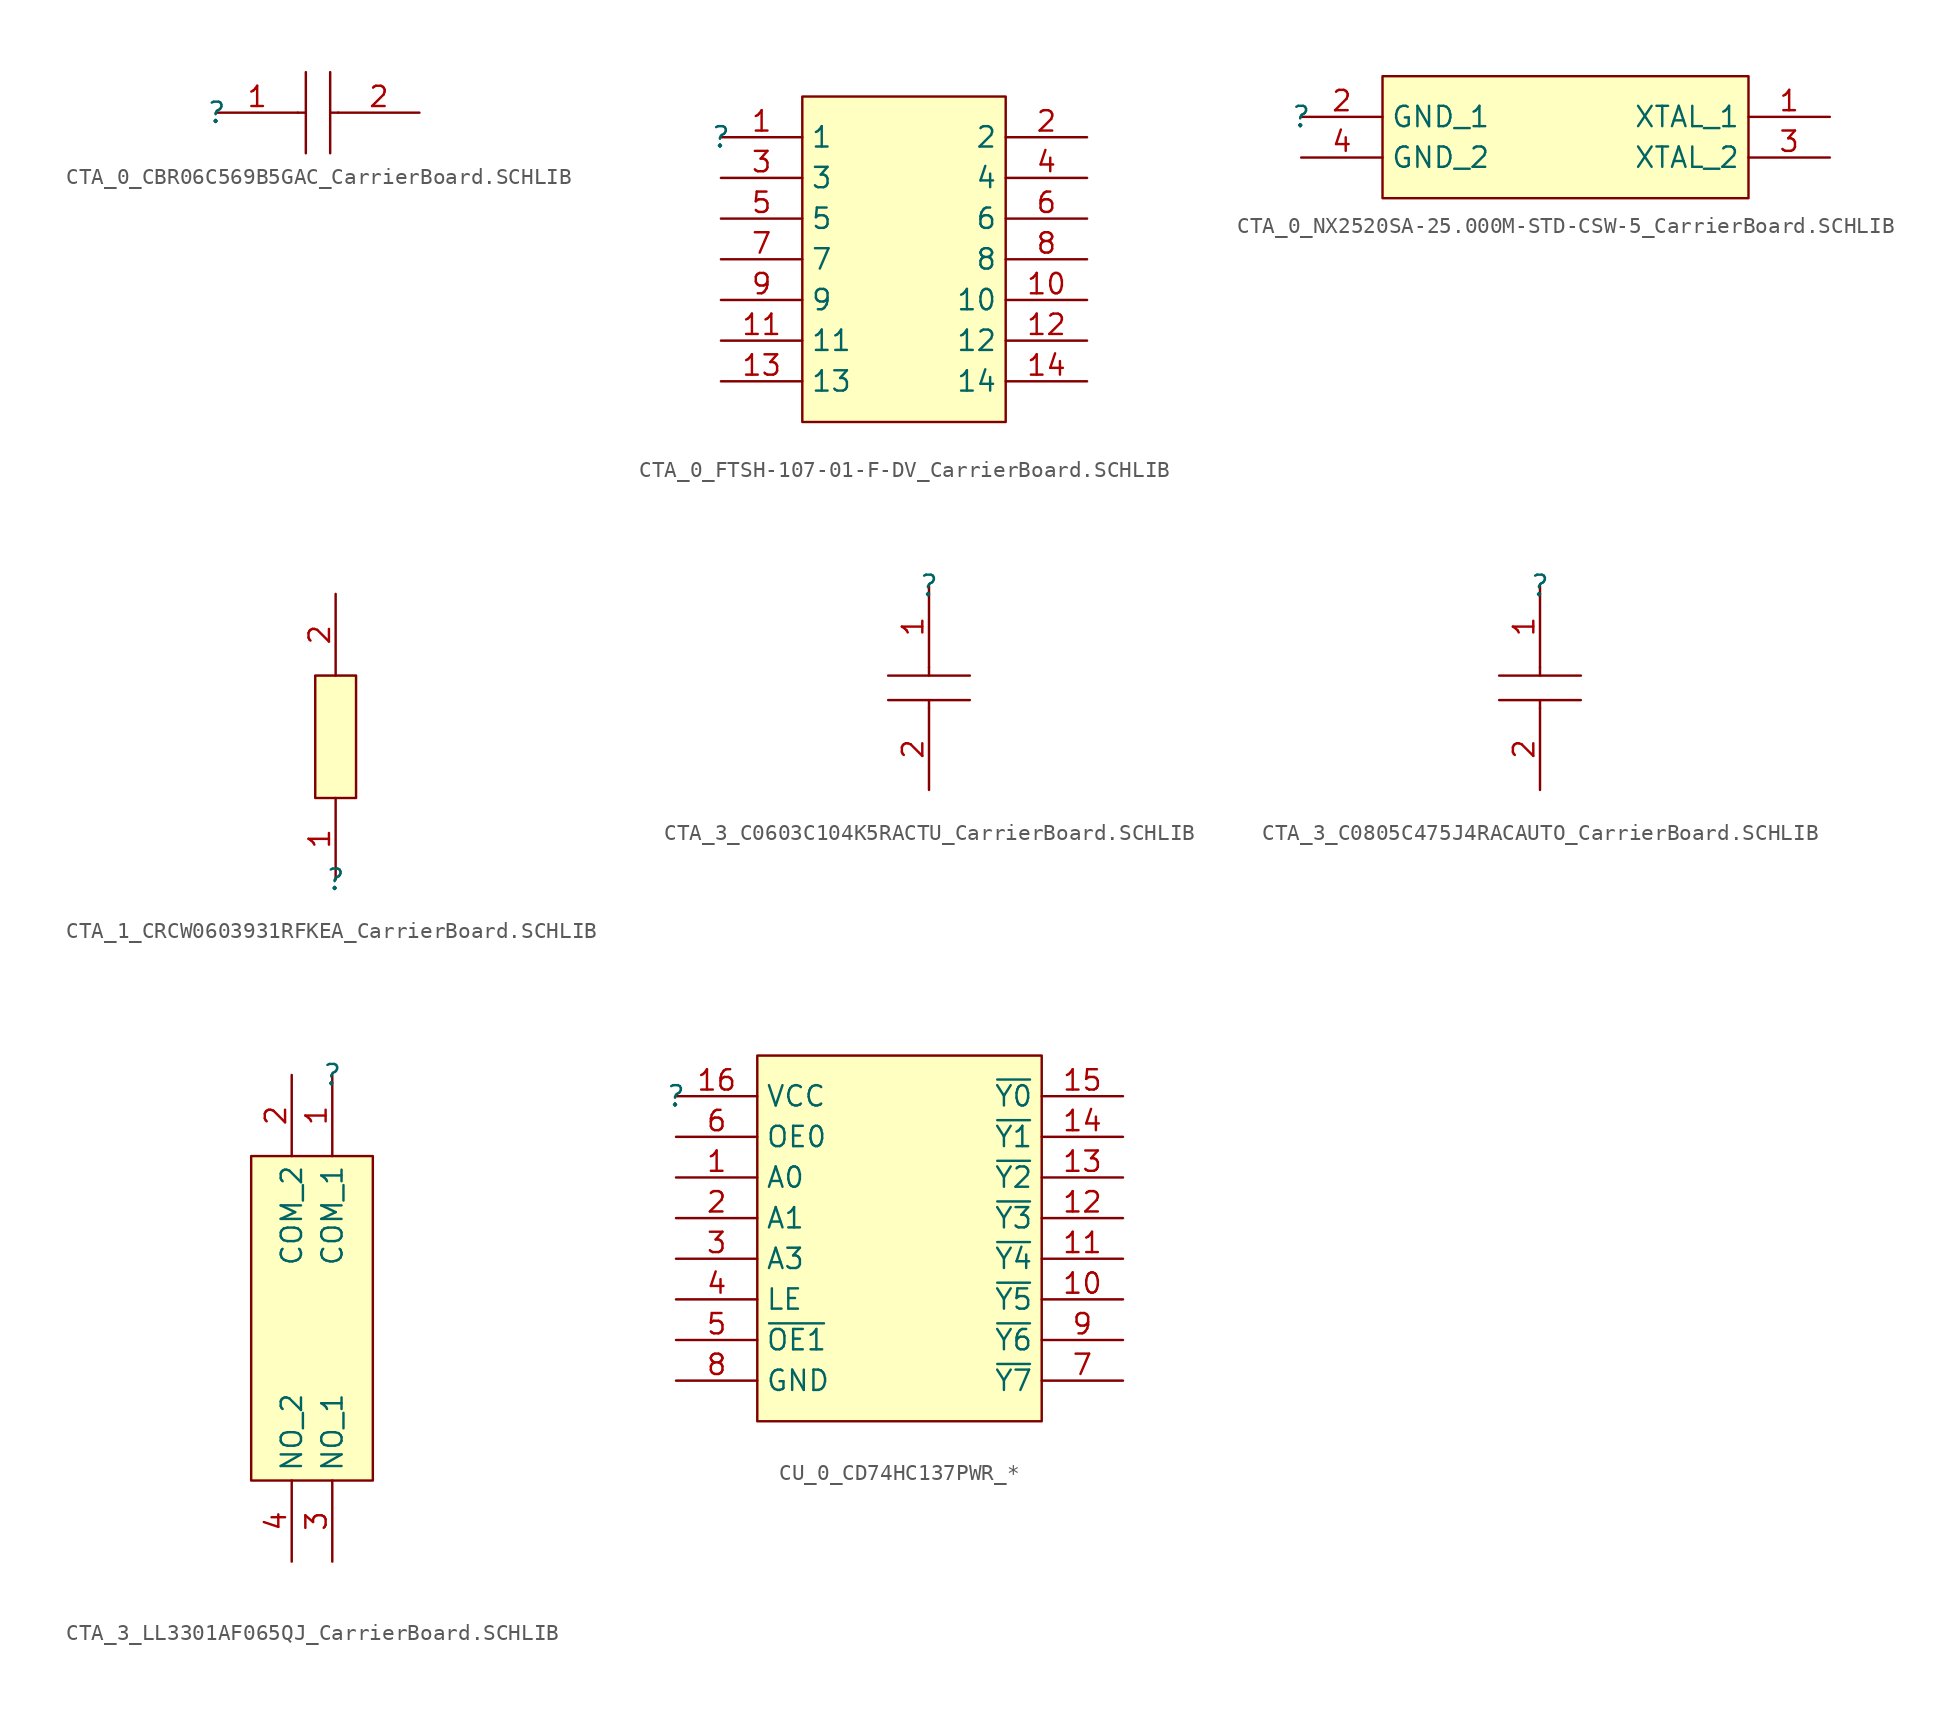
<source format=kicad_sym>
(kicad_symbol_lib
  (version 20241209)
  (generator "kicad_symbol_editor")
  (generator_version "9.0")
  (symbol "CTA_0_CBR06C569B5GAC_CarrierBoard.SCHLIB"
    (pin_names
      (hide yes))
    (property "Reference" ""
      (at 0 0 0)
      (effects (font (size 1.27 1.27))))
    (property "Value" ""
      (at 0 0 0)
      (effects (font (size 1.27 1.27))))
    (symbol "CTA_0_CBR06C569B5GAC_CarrierBoard.SCHLIB_1_0"
      (polyline (pts (xy 5.08 0) (xy 5.588 0)) (stroke (width 0) (type solid)) (fill (type none)))
      (polyline (pts (xy 5.588 2.54) (xy 5.588 -2.54)) (stroke (width 0) (type solid)) (fill (type none)))
      (polyline (pts (xy 7.112 2.54) (xy 7.112 -2.54)) (stroke (width 0) (type solid)) (fill (type none)))
      (polyline (pts (xy 7.112 0) (xy 7.62 0)) (stroke (width 0) (type solid)) (fill (type none)))
      (pin passive line (at 0 0 0) (length 5.08) (name "1" (effects (font (size 1.27 1.27)))) (number "1" (effects (font (size 1.27 1.27)))))
      (pin passive line (at 12.7 0 180) (length 5.08) (name "2" (effects (font (size 1.27 1.27)))) (number "2" (effects (font (size 1.27 1.27)))))))
  (symbol "CTA_0_FTSH-107-01-F-DV_CarrierBoard.SCHLIB"
    (property "Reference" ""
      (at 0 0 0)
      (effects (font (size 1.27 1.27))))
    (property "Value" ""
      (at 0 0 0)
      (effects (font (size 1.27 1.27))))
    (symbol "CTA_0_FTSH-107-01-F-DV_CarrierBoard.SCHLIB_1_0"
      (rectangle (start 17.78 2.54) (end 5.08 -17.78) (stroke (width 0) (type solid) (color 128 0 0 1)) (fill (type background)))
      (pin passive line (at 0 0 0) (length 5.08) (name "1" (effects (font (size 1.27 1.27)))) (number "1" (effects (font (size 1.27 1.27)))))
      (pin passive line (at 0 -2.54 0) (length 5.08) (name "3" (effects (font (size 1.27 1.27)))) (number "3" (effects (font (size 1.27 1.27)))))
      (pin passive line (at 0 -5.08 0) (length 5.08) (name "5" (effects (font (size 1.27 1.27)))) (number "5" (effects (font (size 1.27 1.27)))))
      (pin passive line (at 0 -7.62 0) (length 5.08) (name "7" (effects (font (size 1.27 1.27)))) (number "7" (effects (font (size 1.27 1.27)))))
      (pin passive line (at 0 -10.16 0) (length 5.08) (name "9" (effects (font (size 1.27 1.27)))) (number "9" (effects (font (size 1.27 1.27)))))
      (pin passive line (at 0 -12.7 0) (length 5.08) (name "11" (effects (font (size 1.27 1.27)))) (number "11" (effects (font (size 1.27 1.27)))))
      (pin passive line (at 0 -15.24 0) (length 5.08) (name "13" (effects (font (size 1.27 1.27)))) (number "13" (effects (font (size 1.27 1.27)))))
      (pin passive line (at 22.86 0 180) (length 5.08) (name "2" (effects (font (size 1.27 1.27)))) (number "2" (effects (font (size 1.27 1.27)))))
      (pin passive line (at 22.86 -2.54 180) (length 5.08) (name "4" (effects (font (size 1.27 1.27)))) (number "4" (effects (font (size 1.27 1.27)))))
      (pin passive line (at 22.86 -5.08 180) (length 5.08) (name "6" (effects (font (size 1.27 1.27)))) (number "6" (effects (font (size 1.27 1.27)))))
      (pin passive line (at 22.86 -7.62 180) (length 5.08) (name "8" (effects (font (size 1.27 1.27)))) (number "8" (effects (font (size 1.27 1.27)))))
      (pin passive line (at 22.86 -10.16 180) (length 5.08) (name "10" (effects (font (size 1.27 1.27)))) (number "10" (effects (font (size 1.27 1.27)))))
      (pin passive line (at 22.86 -12.7 180) (length 5.08) (name "12" (effects (font (size 1.27 1.27)))) (number "12" (effects (font (size 1.27 1.27)))))
      (pin passive line (at 22.86 -15.24 180) (length 5.08) (name "14" (effects (font (size 1.27 1.27)))) (number "14" (effects (font (size 1.27 1.27)))))))
  (symbol "CTA_0_NX2520SA-25.000M-STD-CSW-5_CarrierBoard.SCHLIB"
    (property "Reference" ""
      (at 0 0 0)
      (effects (font (size 1.27 1.27))))
    (property "Value" ""
      (at 0 0 0)
      (effects (font (size 1.27 1.27))))
    (symbol "CTA_0_NX2520SA-25.000M-STD-CSW-5_CarrierBoard.SCHLIB_1_0"
      (rectangle (start 27.94 2.54) (end 5.08 -5.08) (stroke (width 0) (type solid) (color 128 0 0 1)) (fill (type background)))
      (pin passive line (at 0 0 0) (length 5.08) (name "GND_1" (effects (font (size 1.27 1.27)))) (number "2" (effects (font (size 1.27 1.27)))))
      (pin passive line (at 0 -2.54 0) (length 5.08) (name "GND_2" (effects (font (size 1.27 1.27)))) (number "4" (effects (font (size 1.27 1.27)))))
      (pin passive line (at 33.02 0 180) (length 5.08) (name "XTAL_1" (effects (font (size 1.27 1.27)))) (number "1" (effects (font (size 1.27 1.27)))))
      (pin passive line (at 33.02 -2.54 180) (length 5.08) (name "XTAL_2" (effects (font (size 1.27 1.27)))) (number "3" (effects (font (size 1.27 1.27)))))))
  (symbol "CTA_1_CRCW0603931RFKEA_CarrierBoard.SCHLIB"
    (pin_names
      (hide yes))
    (property "Reference" ""
      (at 0 0 0)
      (effects (font (size 1.27 1.27))))
    (property "Value" ""
      (at 0 0 0)
      (effects (font (size 1.27 1.27))))
    (symbol "CTA_1_CRCW0603931RFKEA_CarrierBoard.SCHLIB_1_0"
      (rectangle (start 1.27 12.7) (end -1.27 5.08) (stroke (width 0) (type solid) (color 128 0 0 1)) (fill (type background)))
      (pin passive line (at 0 17.78 270) (length 5.08) (name "2" (effects (font (size 1.27 1.27)))) (number "2" (effects (font (size 1.27 1.27)))))
      (pin passive line (at 0 0 90) (length 5.08) (name "1" (effects (font (size 1.27 1.27)))) (number "1" (effects (font (size 1.27 1.27)))))))
  (symbol "CTA_3_C0603C104K5RACTU_CarrierBoard.SCHLIB"
    (pin_names
      (hide yes))
    (property "Reference" ""
      (at 0 0 0)
      (effects (font (size 1.27 1.27))))
    (property "Value" ""
      (at 0 0 0)
      (effects (font (size 1.27 1.27))))
    (symbol "CTA_3_C0603C104K5RACTU_CarrierBoard.SCHLIB_1_0"
      (polyline (pts (xy 0 -5.08) (xy 0 -5.588)) (stroke (width 0) (type solid)) (fill (type none)))
      (polyline (pts (xy 0 -7.112) (xy 0 -7.62)) (stroke (width 0) (type solid)) (fill (type none)))
      (polyline (pts (xy 2.54 -5.588) (xy -2.54 -5.588)) (stroke (width 0) (type solid)) (fill (type none)))
      (polyline (pts (xy 2.54 -7.112) (xy -2.54 -7.112)) (stroke (width 0) (type solid)) (fill (type none)))
      (pin passive line (at 0 0 270) (length 5.08) (name "1" (effects (font (size 1.27 1.27)))) (number "1" (effects (font (size 1.27 1.27)))))
      (pin passive line (at 0 -12.7 90) (length 5.08) (name "2" (effects (font (size 1.27 1.27)))) (number "2" (effects (font (size 1.27 1.27)))))))
  (symbol "CTA_3_C0805C475J4RACAUTO_CarrierBoard.SCHLIB"
    (pin_names
      (hide yes))
    (property "Reference" ""
      (at 0 0 0)
      (effects (font (size 1.27 1.27))))
    (property "Value" ""
      (at 0 0 0)
      (effects (font (size 1.27 1.27))))
    (symbol "CTA_3_C0805C475J4RACAUTO_CarrierBoard.SCHLIB_1_0"
      (polyline (pts (xy 0 -5.08) (xy 0 -5.588)) (stroke (width 0) (type solid)) (fill (type none)))
      (polyline (pts (xy 0 -7.112) (xy 0 -7.62)) (stroke (width 0) (type solid)) (fill (type none)))
      (polyline (pts (xy 2.54 -5.588) (xy -2.54 -5.588)) (stroke (width 0) (type solid)) (fill (type none)))
      (polyline (pts (xy 2.54 -7.112) (xy -2.54 -7.112)) (stroke (width 0) (type solid)) (fill (type none)))
      (pin passive line (at 0 0 270) (length 5.08) (name "1" (effects (font (size 1.27 1.27)))) (number "1" (effects (font (size 1.27 1.27)))))
      (pin passive line (at 0 -12.7 90) (length 5.08) (name "2" (effects (font (size 1.27 1.27)))) (number "2" (effects (font (size 1.27 1.27)))))))
  (symbol "CTA_3_LL3301AF065QJ_CarrierBoard.SCHLIB"
    (property "Reference" ""
      (at 0 0 0)
      (effects (font (size 1.27 1.27))))
    (property "Value" ""
      (at 0 0 0)
      (effects (font (size 1.27 1.27))))
    (symbol "CTA_3_LL3301AF065QJ_CarrierBoard.SCHLIB_1_0"
      (rectangle (start 2.54 -5.08) (end -5.08 -25.4) (stroke (width 0) (type solid) (color 128 0 0 1)) (fill (type background)))
      (pin passive line (at -2.54 0 270) (length 5.08) (name "COM_2" (effects (font (size 1.27 1.27)))) (number "2" (effects (font (size 1.27 1.27)))))
      (pin passive line (at -2.54 -30.48 90) (length 5.08) (name "NO_2" (effects (font (size 1.27 1.27)))) (number "4" (effects (font (size 1.27 1.27)))))
      (pin passive line (at 0 0 270) (length 5.08) (name "COM_1" (effects (font (size 1.27 1.27)))) (number "1" (effects (font (size 1.27 1.27)))))
      (pin passive line (at 0 -30.48 90) (length 5.08) (name "NO_1" (effects (font (size 1.27 1.27)))) (number "3" (effects (font (size 1.27 1.27)))))))
  (symbol "CU_0_CD74HC137PWR_*"
    (property "Reference" ""
      (at 0 0 0)
      (effects (font (size 1.27 1.27))))
    (property "Value" ""
      (at 0 0 0)
      (effects (font (size 1.27 1.27))))
    (symbol "CU_0_CD74HC137PWR_*_1_0"
      (rectangle (start 22.86 2.54) (end 5.08 -20.32) (stroke (width 0) (type solid) (color 128 0 0 1)) (fill (type background)))
      (pin passive line (at 0 0 0) (length 5.08) (name "VCC" (effects (font (size 1.27 1.27)))) (number "16" (effects (font (size 1.27 1.27)))))
      (pin passive line (at 0 -2.54 0) (length 5.08) (name "OE0" (effects (font (size 1.27 1.27)))) (number "6" (effects (font (size 1.27 1.27)))))
      (pin passive line (at 0 -5.08 0) (length 5.08) (name "A0" (effects (font (size 1.27 1.27)))) (number "1" (effects (font (size 1.27 1.27)))))
      (pin passive line (at 0 -7.62 0) (length 5.08) (name "A1" (effects (font (size 1.27 1.27)))) (number "2" (effects (font (size 1.27 1.27)))))
      (pin passive line (at 0 -10.16 0) (length 5.08) (name "A3" (effects (font (size 1.27 1.27)))) (number "3" (effects (font (size 1.27 1.27)))))
      (pin passive line (at 0 -12.7 0) (length 5.08) (name "LE" (effects (font (size 1.27 1.27)))) (number "4" (effects (font (size 1.27 1.27)))))
      (pin passive line (at 0 -15.24 0) (length 5.08) (name "~{OE1}" (effects (font (size 1.27 1.27)))) (number "5" (effects (font (size 1.27 1.27)))))
      (pin passive line (at 0 -17.78 0) (length 5.08) (name "GND" (effects (font (size 1.27 1.27)))) (number "8" (effects (font (size 1.27 1.27)))))
      (pin passive line (at 27.94 0 180) (length 5.08) (name "~{Y0}" (effects (font (size 1.27 1.27)))) (number "15" (effects (font (size 1.27 1.27)))))
      (pin passive line (at 27.94 -2.54 180) (length 5.08) (name "~{Y1}" (effects (font (size 1.27 1.27)))) (number "14" (effects (font (size 1.27 1.27)))))
      (pin passive line (at 27.94 -5.08 180) (length 5.08) (name "~{Y2}" (effects (font (size 1.27 1.27)))) (number "13" (effects (font (size 1.27 1.27)))))
      (pin passive line (at 27.94 -7.62 180) (length 5.08) (name "~{Y3}" (effects (font (size 1.27 1.27)))) (number "12" (effects (font (size 1.27 1.27)))))
      (pin passive line (at 27.94 -10.16 180) (length 5.08) (name "~{Y4}" (effects (font (size 1.27 1.27)))) (number "11" (effects (font (size 1.27 1.27)))))
      (pin passive line (at 27.94 -12.7 180) (length 5.08) (name "~{Y5}" (effects (font (size 1.27 1.27)))) (number "10" (effects (font (size 1.27 1.27)))))
      (pin passive line (at 27.94 -15.24 180) (length 5.08) (name "~{Y6}" (effects (font (size 1.27 1.27)))) (number "9" (effects (font (size 1.27 1.27)))))
      (pin passive line (at 27.94 -17.78 180) (length 5.08) (name "~{Y7}" (effects (font (size 1.27 1.27)))) (number "7" (effects (font (size 1.27 1.27))))))))
</source>
